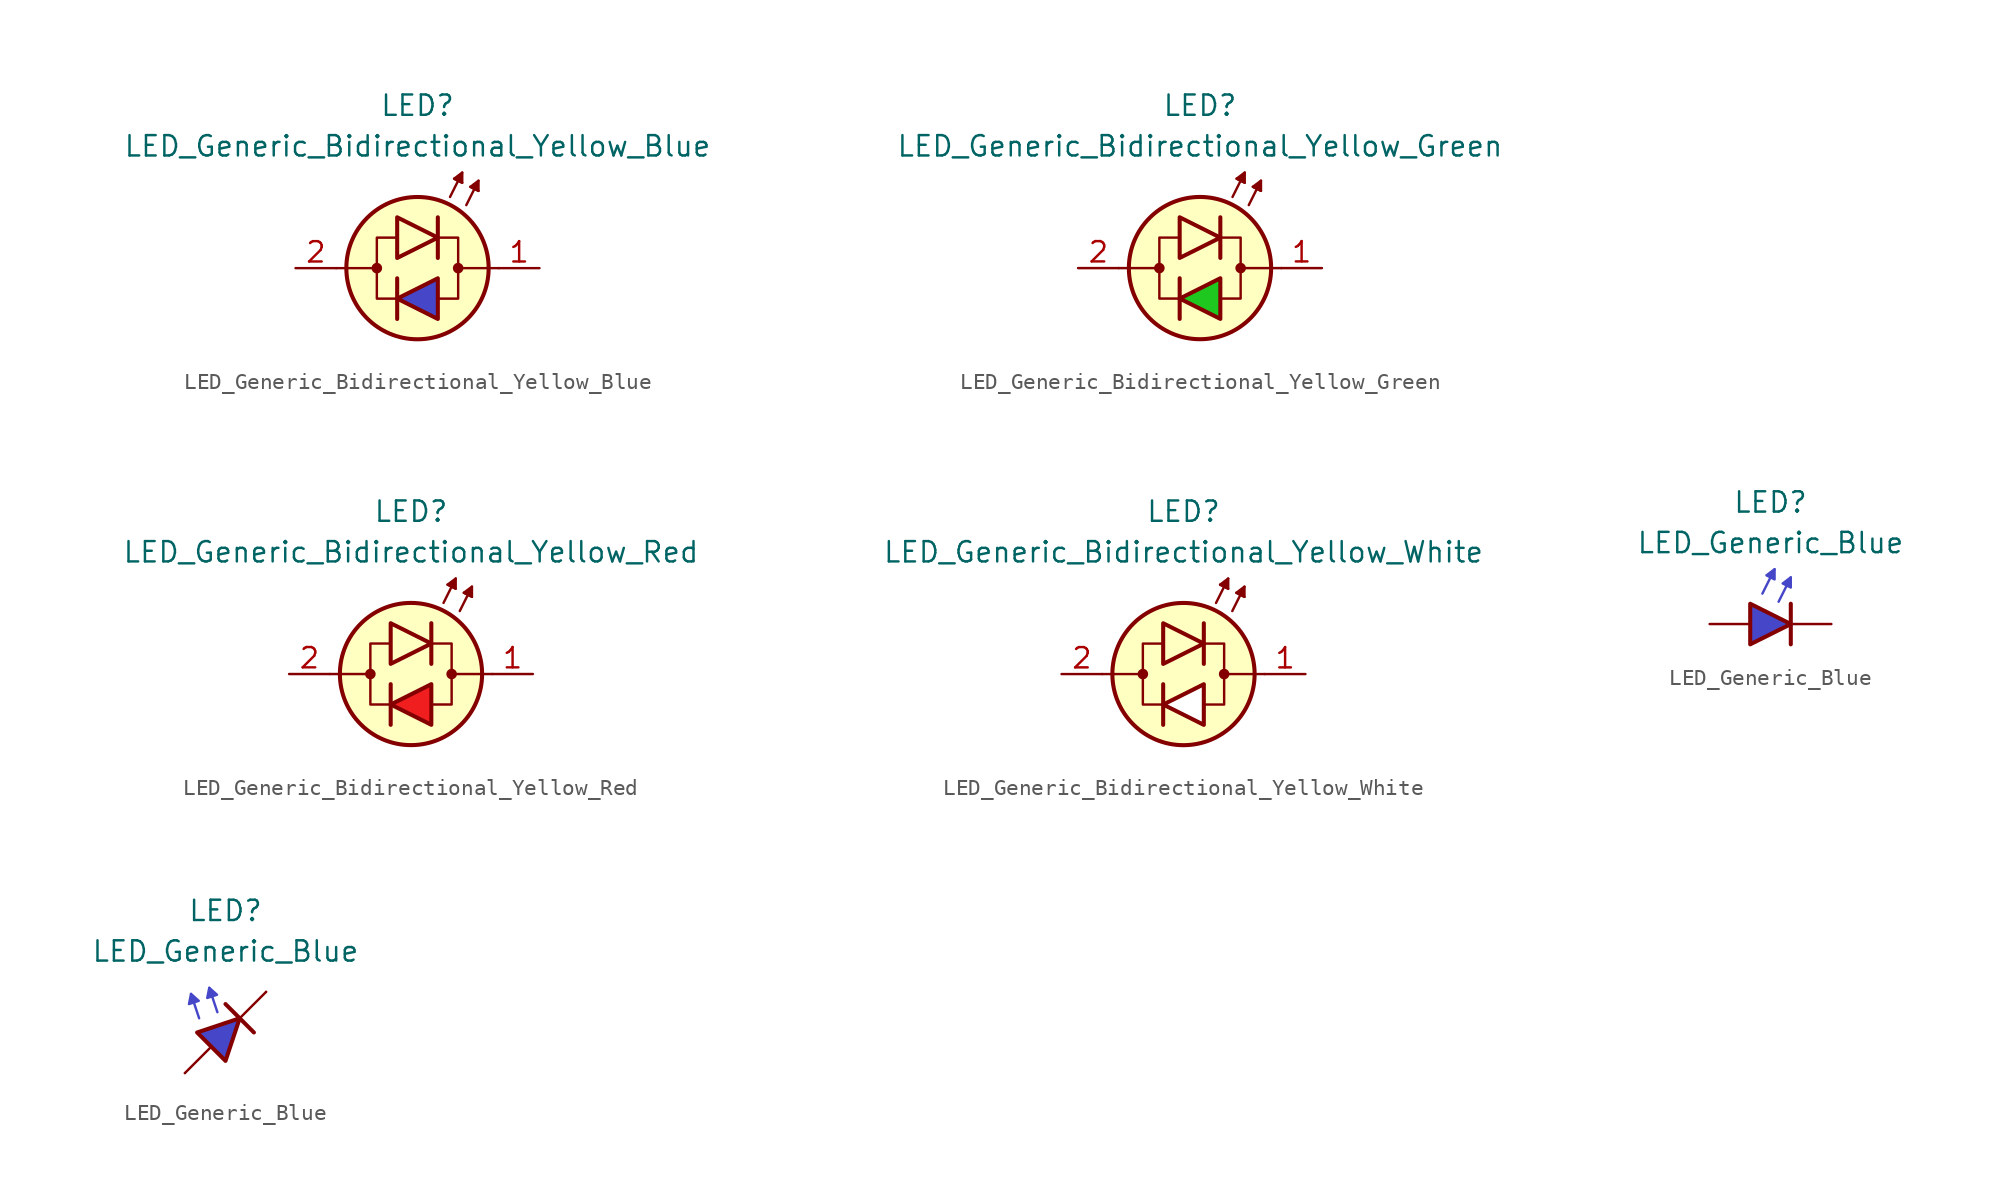
<source format=kicad_sym>
(kicad_symbol_lib
  (version 20231120)
  (generator "kicad_symbol_editor")
  (generator_version "8.0")
  (symbol "LED_Generic_Bidirectional_Yellow_Blue"
    (pin_names
      (offset 1.016) hide)
    (property "Reference" "LED"
      (at 0 10.16 0)
      (effects (font (size 1.27 1.27))))
    (property "Value" "LED_Generic_Bidirectional_Yellow_Blue"
      (at 0 7.62 0)
      (effects (font (size 1.27 1.27))))
    (symbol "LED_Generic_Bidirectional_Yellow_Blue_0_1"
      (circle (center -2.54 0) (radius 0.254) (stroke (width 0) (type default)) (fill (type outline)))
      (polyline (pts (xy -2.54 0) (xy -5.08 0)) (stroke (width 0.152) (type default)) (fill (type none)))
      (polyline (pts (xy -1.27 -3.175) (xy -1.27 -0.635)) (stroke (width 0.254) (type default)) (fill (type none)))
      (polyline (pts (xy 1.27 3.175) (xy 1.27 0.635)) (stroke (width 0.254) (type default)) (fill (type none)))
      (polyline (pts (xy 2.032 4.445) (xy 2.794 5.969)) (stroke (width 0.152) (type default)) (fill (type none)))
      (polyline (pts (xy 2.54 5.461) (xy 2.286 5.588)) (stroke (width 0.152) (type default)) (fill (type none)))
      (polyline (pts (xy 2.54 5.461) (xy 2.794 5.334)) (stroke (width 0.152) (type default)) (fill (type none)))
      (polyline (pts (xy 3.048 3.937) (xy 3.81 5.461)) (stroke (width 0.152) (type default)) (fill (type none)))
      (polyline (pts (xy 3.556 4.953) (xy 3.302 5.08)) (stroke (width 0.152) (type default)) (fill (type none)))
      (polyline (pts (xy 3.556 4.953) (xy 3.81 4.826)) (stroke (width 0.152) (type default)) (fill (type none)))
      (polyline (pts (xy 5.08 0) (xy 2.54 0)) (stroke (width 0.152) (type default)) (fill (type none)))
      (polyline (pts (xy -1.397 1.905) (xy -2.54 1.905) (xy -2.54 -1.905) (xy -1.27 -1.905)) (stroke (width 0.152) (type default)) (fill (type none)))
      (polyline (pts (xy -1.27 3.175) (xy -1.27 0.635) (xy 1.27 1.905) (xy -1.27 3.175)) (stroke (width 0.254) (type default)) (fill (type color) (color 255 245 45 1)))
      (polyline (pts (xy 1.27 -3.175) (xy 1.27 -0.635) (xy -1.27 -1.905) (xy 1.27 -3.175)) (stroke (width 0.254) (type default)) (fill (type color) (color 70 70 200 1)))
      (polyline (pts (xy 1.27 1.905) (xy 2.54 1.905) (xy 2.54 -1.905) (xy 1.27 -1.905)) (stroke (width 0.152) (type default)) (fill (type none)))
      (polyline (pts (xy 2.794 5.334) (xy 2.286 5.588) (xy 2.794 5.969) (xy 2.794 5.334)) (stroke (width 0.152) (type default)) (fill (type outline)))
      (polyline (pts (xy 3.81 4.826) (xy 3.302 5.08) (xy 3.81 5.461) (xy 3.81 4.826)) (stroke (width 0.152) (type default)) (fill (type outline)))
      (circle (center 0 0) (radius 4.445) (stroke (width 0.254) (type default)) (fill (type background)))
      (circle (center 2.54 0) (radius 0.254) (stroke (width 0) (type default)) (fill (type outline))))
    (symbol "LED_Generic_Bidirectional_Yellow_Blue_1_1"
      (pin passive line (at 7.62 0 180) (length 2.54) (name "K" (effects (font (size 1.27 1.27)))) (number "1" (effects (font (size 1.27 1.27)))))
      (pin passive line (at -7.62 0 0) (length 2.54) (name "A" (effects (font (size 1.27 1.27)))) (number "2" (effects (font (size 1.27 1.27)))))))
  (symbol "LED_Generic_Bidirectional_Yellow_Green"
    (pin_names
      (offset 1.016) hide)
    (property "Reference" "LED"
      (at 0 10.16 0)
      (effects (font (size 1.27 1.27))))
    (property "Value" "LED_Generic_Bidirectional_Yellow_Green"
      (at 0 7.62 0)
      (effects (font (size 1.27 1.27))))
    (symbol "LED_Generic_Bidirectional_Yellow_Green_0_1"
      (circle (center -2.54 0) (radius 0.254) (stroke (width 0) (type default)) (fill (type outline)))
      (polyline (pts (xy -2.54 0) (xy -5.08 0)) (stroke (width 0.152) (type default)) (fill (type none)))
      (polyline (pts (xy -1.27 -3.175) (xy -1.27 -0.635)) (stroke (width 0.254) (type default)) (fill (type none)))
      (polyline (pts (xy 1.27 3.175) (xy 1.27 0.635)) (stroke (width 0.254) (type default)) (fill (type none)))
      (polyline (pts (xy 2.032 4.445) (xy 2.794 5.969)) (stroke (width 0.152) (type default)) (fill (type none)))
      (polyline (pts (xy 2.54 5.461) (xy 2.286 5.588)) (stroke (width 0.152) (type default)) (fill (type none)))
      (polyline (pts (xy 2.54 5.461) (xy 2.794 5.334)) (stroke (width 0.152) (type default)) (fill (type none)))
      (polyline (pts (xy 3.048 3.937) (xy 3.81 5.461)) (stroke (width 0.152) (type default)) (fill (type none)))
      (polyline (pts (xy 3.556 4.953) (xy 3.302 5.08)) (stroke (width 0.152) (type default)) (fill (type none)))
      (polyline (pts (xy 3.556 4.953) (xy 3.81 4.826)) (stroke (width 0.152) (type default)) (fill (type none)))
      (polyline (pts (xy 5.08 0) (xy 2.54 0)) (stroke (width 0.152) (type default)) (fill (type none)))
      (polyline (pts (xy -1.397 1.905) (xy -2.54 1.905) (xy -2.54 -1.905) (xy -1.27 -1.905)) (stroke (width 0.152) (type default)) (fill (type none)))
      (polyline (pts (xy -1.27 3.175) (xy -1.27 0.635) (xy 1.27 1.905) (xy -1.27 3.175)) (stroke (width 0.254) (type default)) (fill (type color) (color 255 245 45 1)))
      (polyline (pts (xy 1.27 -3.175) (xy 1.27 -0.635) (xy -1.27 -1.905) (xy 1.27 -3.175)) (stroke (width 0.254) (type default)) (fill (type color) (color 30 200 30 1)))
      (polyline (pts (xy 1.27 1.905) (xy 2.54 1.905) (xy 2.54 -1.905) (xy 1.27 -1.905)) (stroke (width 0.152) (type default)) (fill (type none)))
      (polyline (pts (xy 2.794 5.334) (xy 2.286 5.588) (xy 2.794 5.969) (xy 2.794 5.334)) (stroke (width 0.152) (type default)) (fill (type outline)))
      (polyline (pts (xy 3.81 4.826) (xy 3.302 5.08) (xy 3.81 5.461) (xy 3.81 4.826)) (stroke (width 0.152) (type default)) (fill (type outline)))
      (circle (center 0 0) (radius 4.445) (stroke (width 0.254) (type default)) (fill (type background)))
      (circle (center 2.54 0) (radius 0.254) (stroke (width 0) (type default)) (fill (type outline))))
    (symbol "LED_Generic_Bidirectional_Yellow_Green_1_1"
      (pin passive line (at 7.62 0 180) (length 2.54) (name "K" (effects (font (size 1.27 1.27)))) (number "1" (effects (font (size 1.27 1.27)))))
      (pin passive line (at -7.62 0 0) (length 2.54) (name "A" (effects (font (size 1.27 1.27)))) (number "2" (effects (font (size 1.27 1.27)))))))
  (symbol "LED_Generic_Bidirectional_Yellow_Red"
    (pin_names
      (offset 1.016) hide)
    (property "Reference" "LED"
      (at 0 10.16 0)
      (effects (font (size 1.27 1.27))))
    (property "Value" "LED_Generic_Bidirectional_Yellow_Red"
      (at 0 7.62 0)
      (effects (font (size 1.27 1.27))))
    (symbol "LED_Generic_Bidirectional_Yellow_Red_0_1"
      (circle (center -2.54 0) (radius 0.254) (stroke (width 0) (type default)) (fill (type outline)))
      (polyline (pts (xy -2.54 0) (xy -5.08 0)) (stroke (width 0.152) (type default)) (fill (type none)))
      (polyline (pts (xy -1.27 -3.175) (xy -1.27 -0.635)) (stroke (width 0.254) (type default)) (fill (type none)))
      (polyline (pts (xy 1.27 3.175) (xy 1.27 0.635)) (stroke (width 0.254) (type default)) (fill (type none)))
      (polyline (pts (xy 2.032 4.445) (xy 2.794 5.969)) (stroke (width 0.152) (type default)) (fill (type none)))
      (polyline (pts (xy 2.54 5.461) (xy 2.286 5.588)) (stroke (width 0.152) (type default)) (fill (type none)))
      (polyline (pts (xy 2.54 5.461) (xy 2.794 5.334)) (stroke (width 0.152) (type default)) (fill (type none)))
      (polyline (pts (xy 3.048 3.937) (xy 3.81 5.461)) (stroke (width 0.152) (type default)) (fill (type none)))
      (polyline (pts (xy 3.556 4.953) (xy 3.302 5.08)) (stroke (width 0.152) (type default)) (fill (type none)))
      (polyline (pts (xy 3.556 4.953) (xy 3.81 4.826)) (stroke (width 0.152) (type default)) (fill (type none)))
      (polyline (pts (xy 5.08 0) (xy 2.54 0)) (stroke (width 0.152) (type default)) (fill (type none)))
      (polyline (pts (xy -1.397 1.905) (xy -2.54 1.905) (xy -2.54 -1.905) (xy -1.27 -1.905)) (stroke (width 0.152) (type default)) (fill (type none)))
      (polyline (pts (xy -1.27 3.175) (xy -1.27 0.635) (xy 1.27 1.905) (xy -1.27 3.175)) (stroke (width 0.254) (type default)) (fill (type color) (color 255 245 45 1)))
      (polyline (pts (xy 1.27 -3.175) (xy 1.27 -0.635) (xy -1.27 -1.905) (xy 1.27 -3.175)) (stroke (width 0.254) (type default)) (fill (type color) (color 240 30 30 1)))
      (polyline (pts (xy 1.27 1.905) (xy 2.54 1.905) (xy 2.54 -1.905) (xy 1.27 -1.905)) (stroke (width 0.152) (type default)) (fill (type none)))
      (polyline (pts (xy 2.794 5.334) (xy 2.286 5.588) (xy 2.794 5.969) (xy 2.794 5.334)) (stroke (width 0.152) (type default)) (fill (type outline)))
      (polyline (pts (xy 3.81 4.826) (xy 3.302 5.08) (xy 3.81 5.461) (xy 3.81 4.826)) (stroke (width 0.152) (type default)) (fill (type outline)))
      (circle (center 0 0) (radius 4.445) (stroke (width 0.254) (type default)) (fill (type background)))
      (circle (center 2.54 0) (radius 0.254) (stroke (width 0) (type default)) (fill (type outline))))
    (symbol "LED_Generic_Bidirectional_Yellow_Red_1_1"
      (pin passive line (at 7.62 0 180) (length 2.54) (name "K" (effects (font (size 1.27 1.27)))) (number "1" (effects (font (size 1.27 1.27)))))
      (pin passive line (at -7.62 0 0) (length 2.54) (name "A" (effects (font (size 1.27 1.27)))) (number "2" (effects (font (size 1.27 1.27)))))))
  (symbol "LED_Generic_Bidirectional_Yellow_White"
    (pin_names
      (offset 1.016) hide)
    (property "Reference" "LED"
      (at 0 10.16 0)
      (effects (font (size 1.27 1.27))))
    (property "Value" "LED_Generic_Bidirectional_Yellow_White"
      (at 0 7.62 0)
      (effects (font (size 1.27 1.27))))
    (symbol "LED_Generic_Bidirectional_Yellow_White_0_1"
      (circle (center -2.54 0) (radius 0.254) (stroke (width 0) (type default)) (fill (type outline)))
      (polyline (pts (xy -2.54 0) (xy -5.08 0)) (stroke (width 0.152) (type default)) (fill (type none)))
      (polyline (pts (xy -1.27 -3.175) (xy -1.27 -0.635)) (stroke (width 0.254) (type default)) (fill (type none)))
      (polyline (pts (xy 1.27 3.175) (xy 1.27 0.635)) (stroke (width 0.254) (type default)) (fill (type none)))
      (polyline (pts (xy 2.032 4.445) (xy 2.794 5.969)) (stroke (width 0.152) (type default)) (fill (type none)))
      (polyline (pts (xy 2.54 5.461) (xy 2.286 5.588)) (stroke (width 0.152) (type default)) (fill (type none)))
      (polyline (pts (xy 2.54 5.461) (xy 2.794 5.334)) (stroke (width 0.152) (type default)) (fill (type none)))
      (polyline (pts (xy 3.048 3.937) (xy 3.81 5.461)) (stroke (width 0.152) (type default)) (fill (type none)))
      (polyline (pts (xy 3.556 4.953) (xy 3.302 5.08)) (stroke (width 0.152) (type default)) (fill (type none)))
      (polyline (pts (xy 3.556 4.953) (xy 3.81 4.826)) (stroke (width 0.152) (type default)) (fill (type none)))
      (polyline (pts (xy 5.08 0) (xy 2.54 0)) (stroke (width 0.152) (type default)) (fill (type none)))
      (polyline (pts (xy -1.397 1.905) (xy -2.54 1.905) (xy -2.54 -1.905) (xy -1.27 -1.905)) (stroke (width 0.152) (type default)) (fill (type none)))
      (polyline (pts (xy -1.27 3.175) (xy -1.27 0.635) (xy 1.27 1.905) (xy -1.27 3.175)) (stroke (width 0.254) (type default)) (fill (type color) (color 255 245 45 1)))
      (polyline (pts (xy 1.27 -3.175) (xy 1.27 -0.635) (xy -1.27 -1.905) (xy 1.27 -3.175)) (stroke (width 0.254) (type default)) (fill (type color) (color 255 255 255 1)))
      (polyline (pts (xy 1.27 1.905) (xy 2.54 1.905) (xy 2.54 -1.905) (xy 1.27 -1.905)) (stroke (width 0.152) (type default)) (fill (type none)))
      (polyline (pts (xy 2.794 5.334) (xy 2.286 5.588) (xy 2.794 5.969) (xy 2.794 5.334)) (stroke (width 0.152) (type default)) (fill (type outline)))
      (polyline (pts (xy 3.81 4.826) (xy 3.302 5.08) (xy 3.81 5.461) (xy 3.81 4.826)) (stroke (width 0.152) (type default)) (fill (type outline)))
      (circle (center 0 0) (radius 4.445) (stroke (width 0.254) (type default)) (fill (type background)))
      (circle (center 2.54 0) (radius 0.254) (stroke (width 0) (type default)) (fill (type outline))))
    (symbol "LED_Generic_Bidirectional_Yellow_White_1_1"
      (pin passive line (at 7.62 0 180) (length 2.54) (name "K" (effects (font (size 1.27 1.27)))) (number "1" (effects (font (size 1.27 1.27)))))
      (pin passive line (at -7.62 0 0) (length 2.54) (name "A" (effects (font (size 1.27 1.27)))) (number "2" (effects (font (size 1.27 1.27)))))))
  (symbol "LED_Generic_Blue"
    (pin_numbers hide)
    (pin_names
      (offset 1.016) hide)
    (property "Reference" "LED"
      (at 0 7.62 0)
      (effects (font (size 1.27 1.27))))
    (property "Value" "LED_Generic_Blue"
      (at 0 5.08 0)
      (effects (font (size 1.27 1.27))))
    (symbol "LED_Generic_Blue_0_1"
      (polyline (pts (xy -0.508 1.905) (xy 0.254 3.429)) (stroke (width 0.152) (type default) (color 70 70 200 1)) (fill (type none)))
      (polyline (pts (xy 0.508 1.397) (xy 1.27 2.921)) (stroke (width 0.152) (type default) (color 70 70 200 1)) (fill (type none)))
      (polyline (pts (xy 1.27 1.27) (xy 1.27 -1.27)) (stroke (width 0.254) (type default)) (fill (type none)))
      (polyline (pts (xy -1.27 1.27) (xy -1.27 -1.27) (xy 1.27 0) (xy -1.27 1.27)) (stroke (width 0.254) (type default)) (fill (type color) (color 70 70 200 1)))
      (polyline (pts (xy 0.254 2.794) (xy -0.254 3.048) (xy 0.254 3.429) (xy 0.254 2.794)) (stroke (width 0) (type solid) (color 70 70 200 1)) (fill (type outline)))
      (polyline (pts (xy 1.27 2.286) (xy 0.762 2.54) (xy 1.27 2.921) (xy 1.27 2.286)) (stroke (width 0.152) (type default) (color 70 70 200 1)) (fill (type outline))))
    (symbol "LED_Generic_Blue_0_2"
      (polyline (pts (xy -2.54 -2.54) (xy -0.889 -0.889)) (stroke (width 0) (type default)) (fill (type none)))
      (polyline (pts (xy -1.651 0.889) (xy -2.159 2.413)) (stroke (width 0) (type default) (color 70 70 200 1)) (fill (type none)))
      (polyline (pts (xy -0.508 1.27) (xy -1.016 2.794)) (stroke (width 0) (type default) (color 70 70 200 1)) (fill (type none)))
      (polyline (pts (xy 0 1.778) (xy 1.778 0)) (stroke (width 0.254) (type default)) (fill (type none)))
      (polyline (pts (xy 0.889 0.889) (xy 2.54 2.54)) (stroke (width 0) (type default)) (fill (type none)))
      (polyline (pts (xy -0.889 -0.889) (xy -1.778 0) (xy 0.889 0.889) (xy 0 -1.778) (xy -0.889 -0.889)) (stroke (width 0.254) (type default)) (fill (type color) (color 70 70 200 1))))
    (symbol "LED_Generic_Blue_1_1"
      (pin passive line (at 3.81 0 180) (length 2.54) (name "K" (effects (font (size 1.27 1.27)))) (number "1" (effects (font (size 1.27 1.27)))))
      (pin passive line (at -3.81 0 0) (length 2.54) (name "A" (effects (font (size 1.27 1.27)))) (number "2" (effects (font (size 1.27 1.27))))))
    (symbol "LED_Generic_Blue_1_2"
      (polyline (pts (xy -2.159 2.413) (xy -2.286 1.778) (xy -1.676 1.981) (xy -2.159 2.413)) (stroke (width 0) (type default) (color 70 70 200 1)) (fill (type outline)))
      (polyline (pts (xy -1.016 2.794) (xy -1.143 2.159) (xy -0.533 2.362) (xy -1.016 2.794)) (stroke (width 0) (type default) (color 70 70 200 1)) (fill (type outline)))
      (pin passive line (at 2.54 2.54 180) (length 0) (name "K" (effects (font (size 1.27 1.27)))) (number "1" (effects (font (size 1.27 1.27)))))
      (pin passive line (at -2.54 -2.54 0) (length 0) (name "A" (effects (font (size 1.27 1.27)))) (number "2" (effects (font (size 1.27 1.27))))))))
</source>
